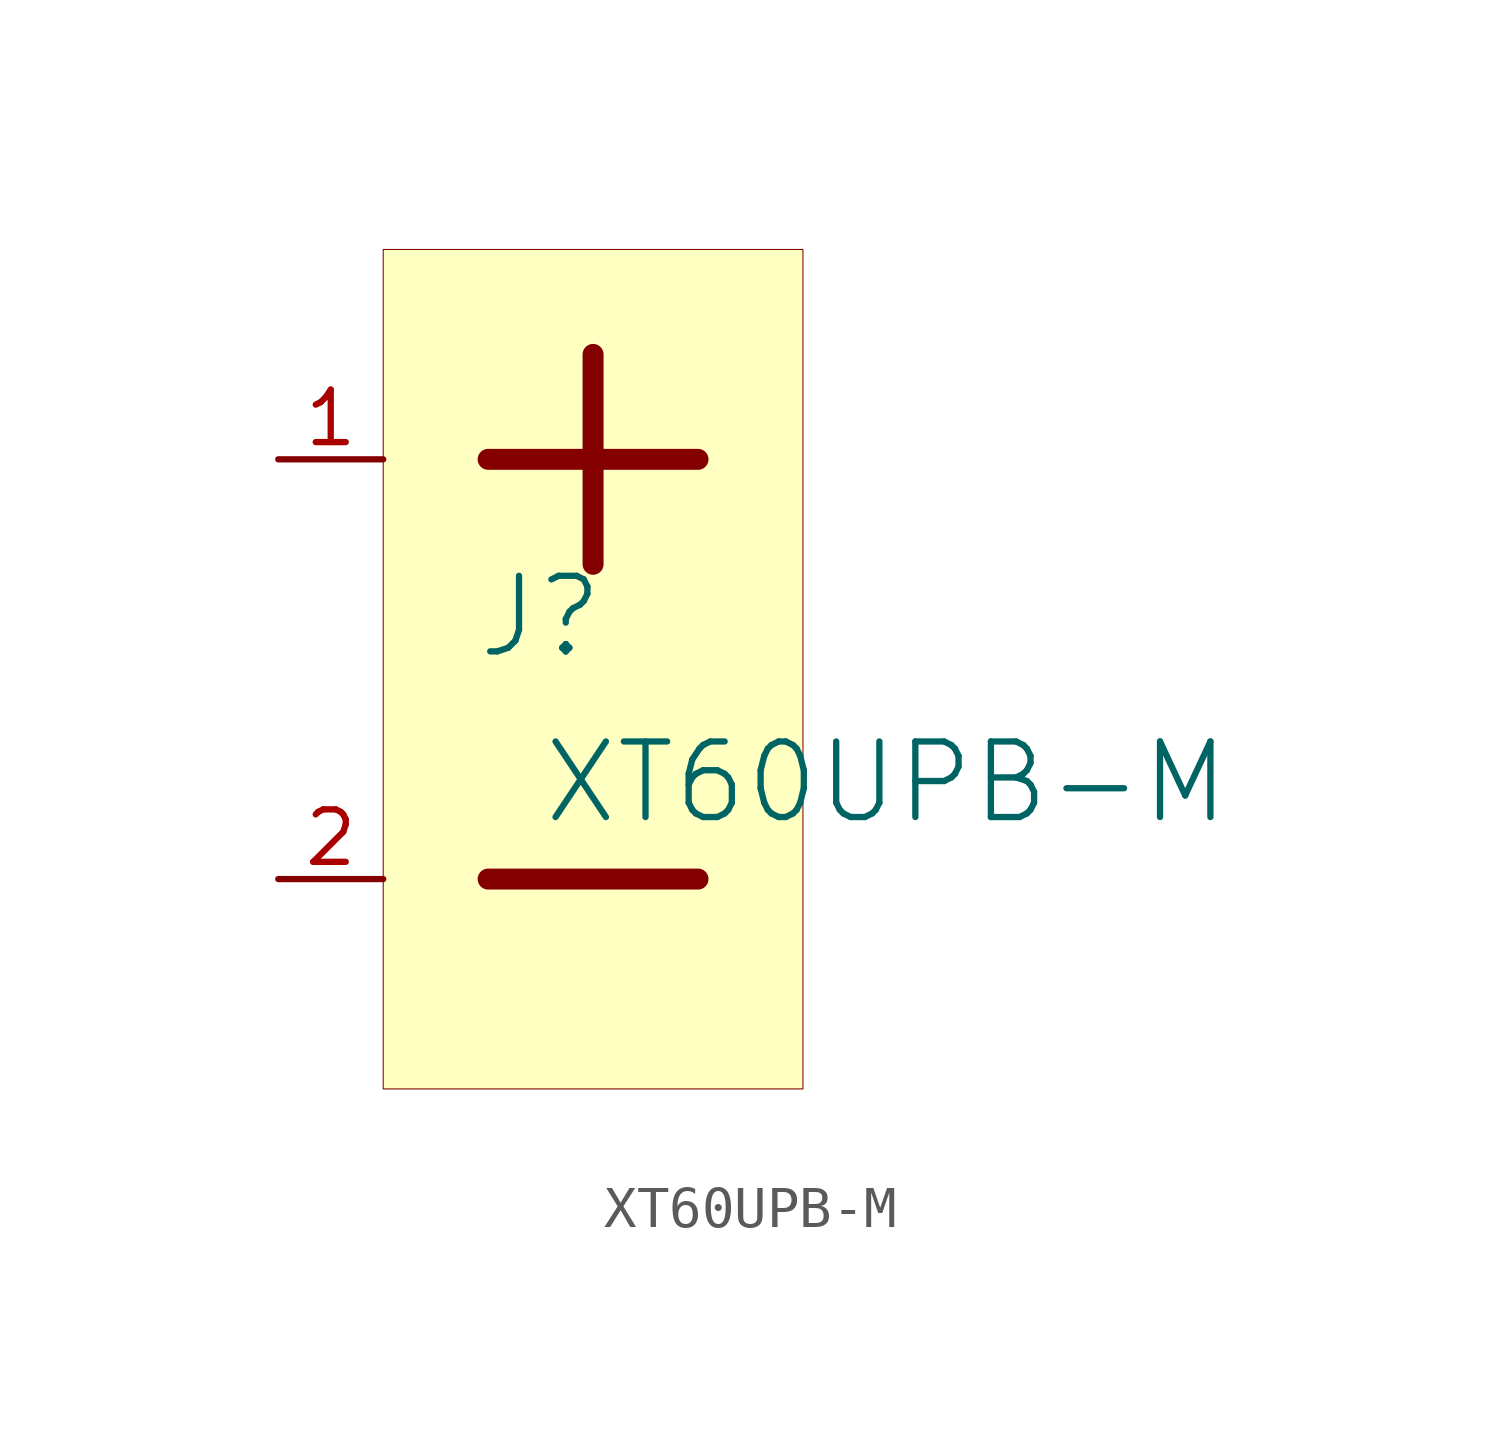
<source format=kicad_sym>
(kicad_symbol_lib
  (version 20231120)
  (generator "kicad_symbol_editor")
  (generator_version "8.0")
  (symbol "XT60UPB-M"
    (property "Reference" "J"
      (at -1.27 1.27 0)
      (effects (font (size 1.829 1.829))))
    (property "Value" "XT60UPB-M"
      (at -1.27 -3.81 0)
      (effects (font (size 1.829 1.829)) (justify left bottom)))
    (symbol "XT60UPB-M_1_0"
      (polyline (pts (xy -2.54 -5.08) (xy 2.54 -5.08)) (stroke (width 0.508) (type solid)) (fill (type none)))
      (polyline (pts (xy -2.54 5.08) (xy 2.54 5.08)) (stroke (width 0.508) (type solid)) (fill (type none)))
      (polyline (pts (xy 0 7.62) (xy 0 2.54)) (stroke (width 0.508) (type solid)) (fill (type none)))
      (rectangle (start 5.08 10.16) (end -5.08 -10.16) (stroke (width 0.025) (type solid) (color 128 0 0 1)) (fill (type background)))
      (pin power_in line (at -7.62 5.08 0) (length 2.54) (name "V+" (effects (font (size 0 0)))) (number "1" (effects (font (size 1.27 1.27)))))
      (pin power_in line (at -7.62 -5.08 0) (length 2.54) (name "V-" (effects (font (size 0 0)))) (number "2" (effects (font (size 1.27 1.27))))))))
</source>
